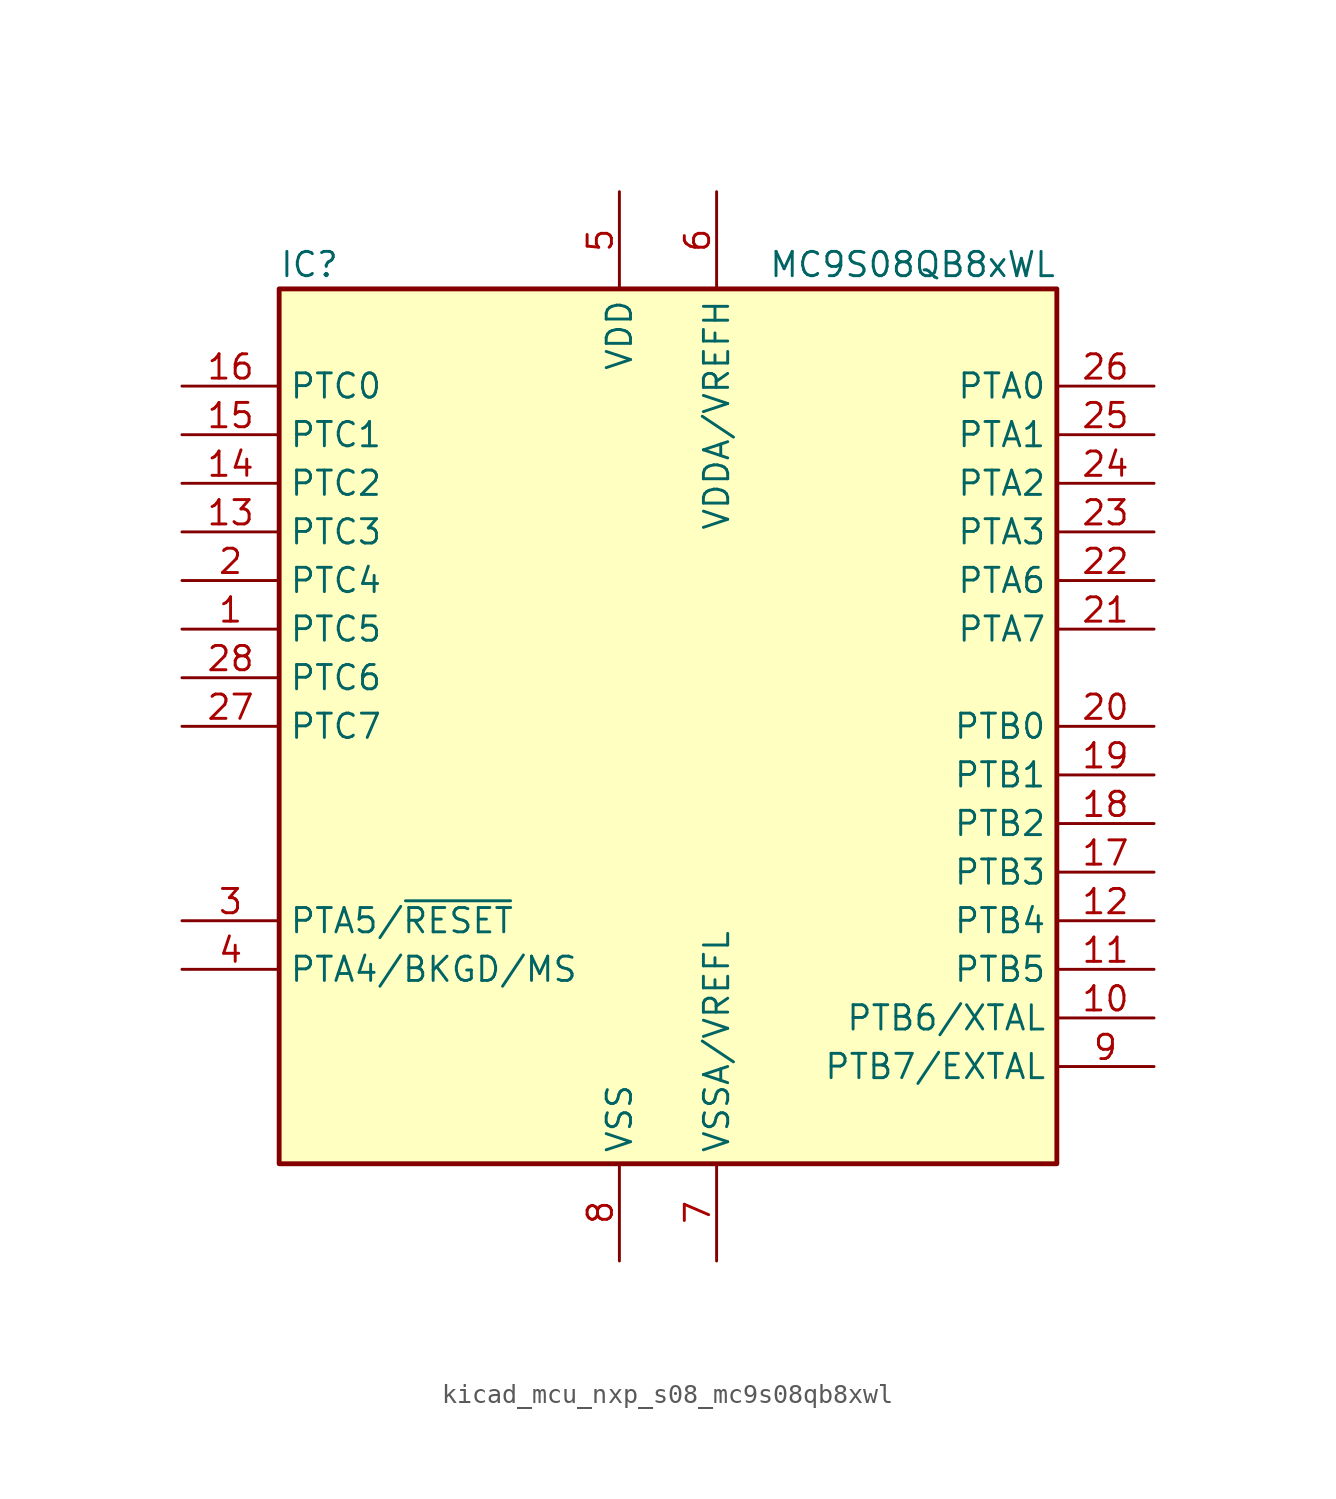
<source format=kicad_sym>
(kicad_symbol_lib
  (version 20220914)
  (generator kicad_symbol_editor)
  (symbol "kicad_mcu_nxp_s08_mc9s08qb8xwl"
    (property "Reference" "IC"
      (at -20.32 24.13 0)
      (effects (font (size 1.27 1.27)) (justify left)))
    (property "Value" "MC9S08QB8xWL"
      (at 20.32 24.13 0)
      (effects (font (size 1.27 1.27)) (justify right)))
    (symbol "kicad_mcu_nxp_s08_mc9s08qb8xwl_0_1"
      (rectangle (start -20.32 22.86) (end 20.32 -22.86) (stroke (width 0.254) (type default)) (fill (type background))))
    (symbol "kicad_mcu_nxp_s08_mc9s08qb8xwl_1_1"
      (pin bidirectional line (at -25.4 5.08 0) (length 5.08) (name "PTC5" (effects (font (size 1.27 1.27)))) (number "1" (effects (font (size 1.27 1.27)))))
      (pin bidirectional line (at 25.4 -15.24 180) (length 5.08) (name "PTB6/XTAL" (effects (font (size 1.27 1.27)))) (number "10" (effects (font (size 1.27 1.27)))))
      (pin bidirectional line (at 25.4 -12.7 180) (length 5.08) (name "PTB5" (effects (font (size 1.27 1.27)))) (number "11" (effects (font (size 1.27 1.27)))))
      (pin bidirectional line (at 25.4 -10.16 180) (length 5.08) (name "PTB4" (effects (font (size 1.27 1.27)))) (number "12" (effects (font (size 1.27 1.27)))))
      (pin bidirectional line (at -25.4 10.16 0) (length 5.08) (name "PTC3" (effects (font (size 1.27 1.27)))) (number "13" (effects (font (size 1.27 1.27)))))
      (pin bidirectional line (at -25.4 12.7 0) (length 5.08) (name "PTC2" (effects (font (size 1.27 1.27)))) (number "14" (effects (font (size 1.27 1.27)))))
      (pin bidirectional line (at -25.4 15.24 0) (length 5.08) (name "PTC1" (effects (font (size 1.27 1.27)))) (number "15" (effects (font (size 1.27 1.27)))))
      (pin bidirectional line (at -25.4 17.78 0) (length 5.08) (name "PTC0" (effects (font (size 1.27 1.27)))) (number "16" (effects (font (size 1.27 1.27)))))
      (pin bidirectional line (at 25.4 -7.62 180) (length 5.08) (name "PTB3" (effects (font (size 1.27 1.27)))) (number "17" (effects (font (size 1.27 1.27)))))
      (pin bidirectional line (at 25.4 -5.08 180) (length 5.08) (name "PTB2" (effects (font (size 1.27 1.27)))) (number "18" (effects (font (size 1.27 1.27)))))
      (pin bidirectional line (at 25.4 -2.54 180) (length 5.08) (name "PTB1" (effects (font (size 1.27 1.27)))) (number "19" (effects (font (size 1.27 1.27)))))
      (pin bidirectional line (at -25.4 7.62 0) (length 5.08) (name "PTC4" (effects (font (size 1.27 1.27)))) (number "2" (effects (font (size 1.27 1.27)))))
      (pin bidirectional line (at 25.4 0 180) (length 5.08) (name "PTB0" (effects (font (size 1.27 1.27)))) (number "20" (effects (font (size 1.27 1.27)))))
      (pin bidirectional line (at 25.4 5.08 180) (length 5.08) (name "PTA7" (effects (font (size 1.27 1.27)))) (number "21" (effects (font (size 1.27 1.27)))))
      (pin bidirectional line (at 25.4 7.62 180) (length 5.08) (name "PTA6" (effects (font (size 1.27 1.27)))) (number "22" (effects (font (size 1.27 1.27)))))
      (pin bidirectional line (at 25.4 10.16 180) (length 5.08) (name "PTA3" (effects (font (size 1.27 1.27)))) (number "23" (effects (font (size 1.27 1.27)))))
      (pin bidirectional line (at 25.4 12.7 180) (length 5.08) (name "PTA2" (effects (font (size 1.27 1.27)))) (number "24" (effects (font (size 1.27 1.27)))))
      (pin bidirectional line (at 25.4 15.24 180) (length 5.08) (name "PTA1" (effects (font (size 1.27 1.27)))) (number "25" (effects (font (size 1.27 1.27)))))
      (pin bidirectional line (at 25.4 17.78 180) (length 5.08) (name "PTA0" (effects (font (size 1.27 1.27)))) (number "26" (effects (font (size 1.27 1.27)))))
      (pin bidirectional line (at -25.4 0 0) (length 5.08) (name "PTC7" (effects (font (size 1.27 1.27)))) (number "27" (effects (font (size 1.27 1.27)))))
      (pin bidirectional line (at -25.4 2.54 0) (length 5.08) (name "PTC6" (effects (font (size 1.27 1.27)))) (number "28" (effects (font (size 1.27 1.27)))))
      (pin bidirectional line (at -25.4 -10.16 0) (length 5.08) (name "PTA5/~{RESET}" (effects (font (size 1.27 1.27)))) (number "3" (effects (font (size 1.27 1.27)))))
      (pin bidirectional line (at -25.4 -12.7 0) (length 5.08) (name "PTA4/BKGD/MS" (effects (font (size 1.27 1.27)))) (number "4" (effects (font (size 1.27 1.27)))))
      (pin power_in line (at -2.54 27.94 270) (length 5.08) (name "VDD" (effects (font (size 1.27 1.27)))) (number "5" (effects (font (size 1.27 1.27)))))
      (pin power_in line (at 2.54 27.94 270) (length 5.08) (name "VDDA/VREFH" (effects (font (size 1.27 1.27)))) (number "6" (effects (font (size 1.27 1.27)))))
      (pin power_in line (at 2.54 -27.94 90) (length 5.08) (name "VSSA/VREFL" (effects (font (size 1.27 1.27)))) (number "7" (effects (font (size 1.27 1.27)))))
      (pin power_in line (at -2.54 -27.94 90) (length 5.08) (name "VSS" (effects (font (size 1.27 1.27)))) (number "8" (effects (font (size 1.27 1.27)))))
      (pin bidirectional line (at 25.4 -17.78 180) (length 5.08) (name "PTB7/EXTAL" (effects (font (size 1.27 1.27)))) (number "9" (effects (font (size 1.27 1.27))))))))
</source>
